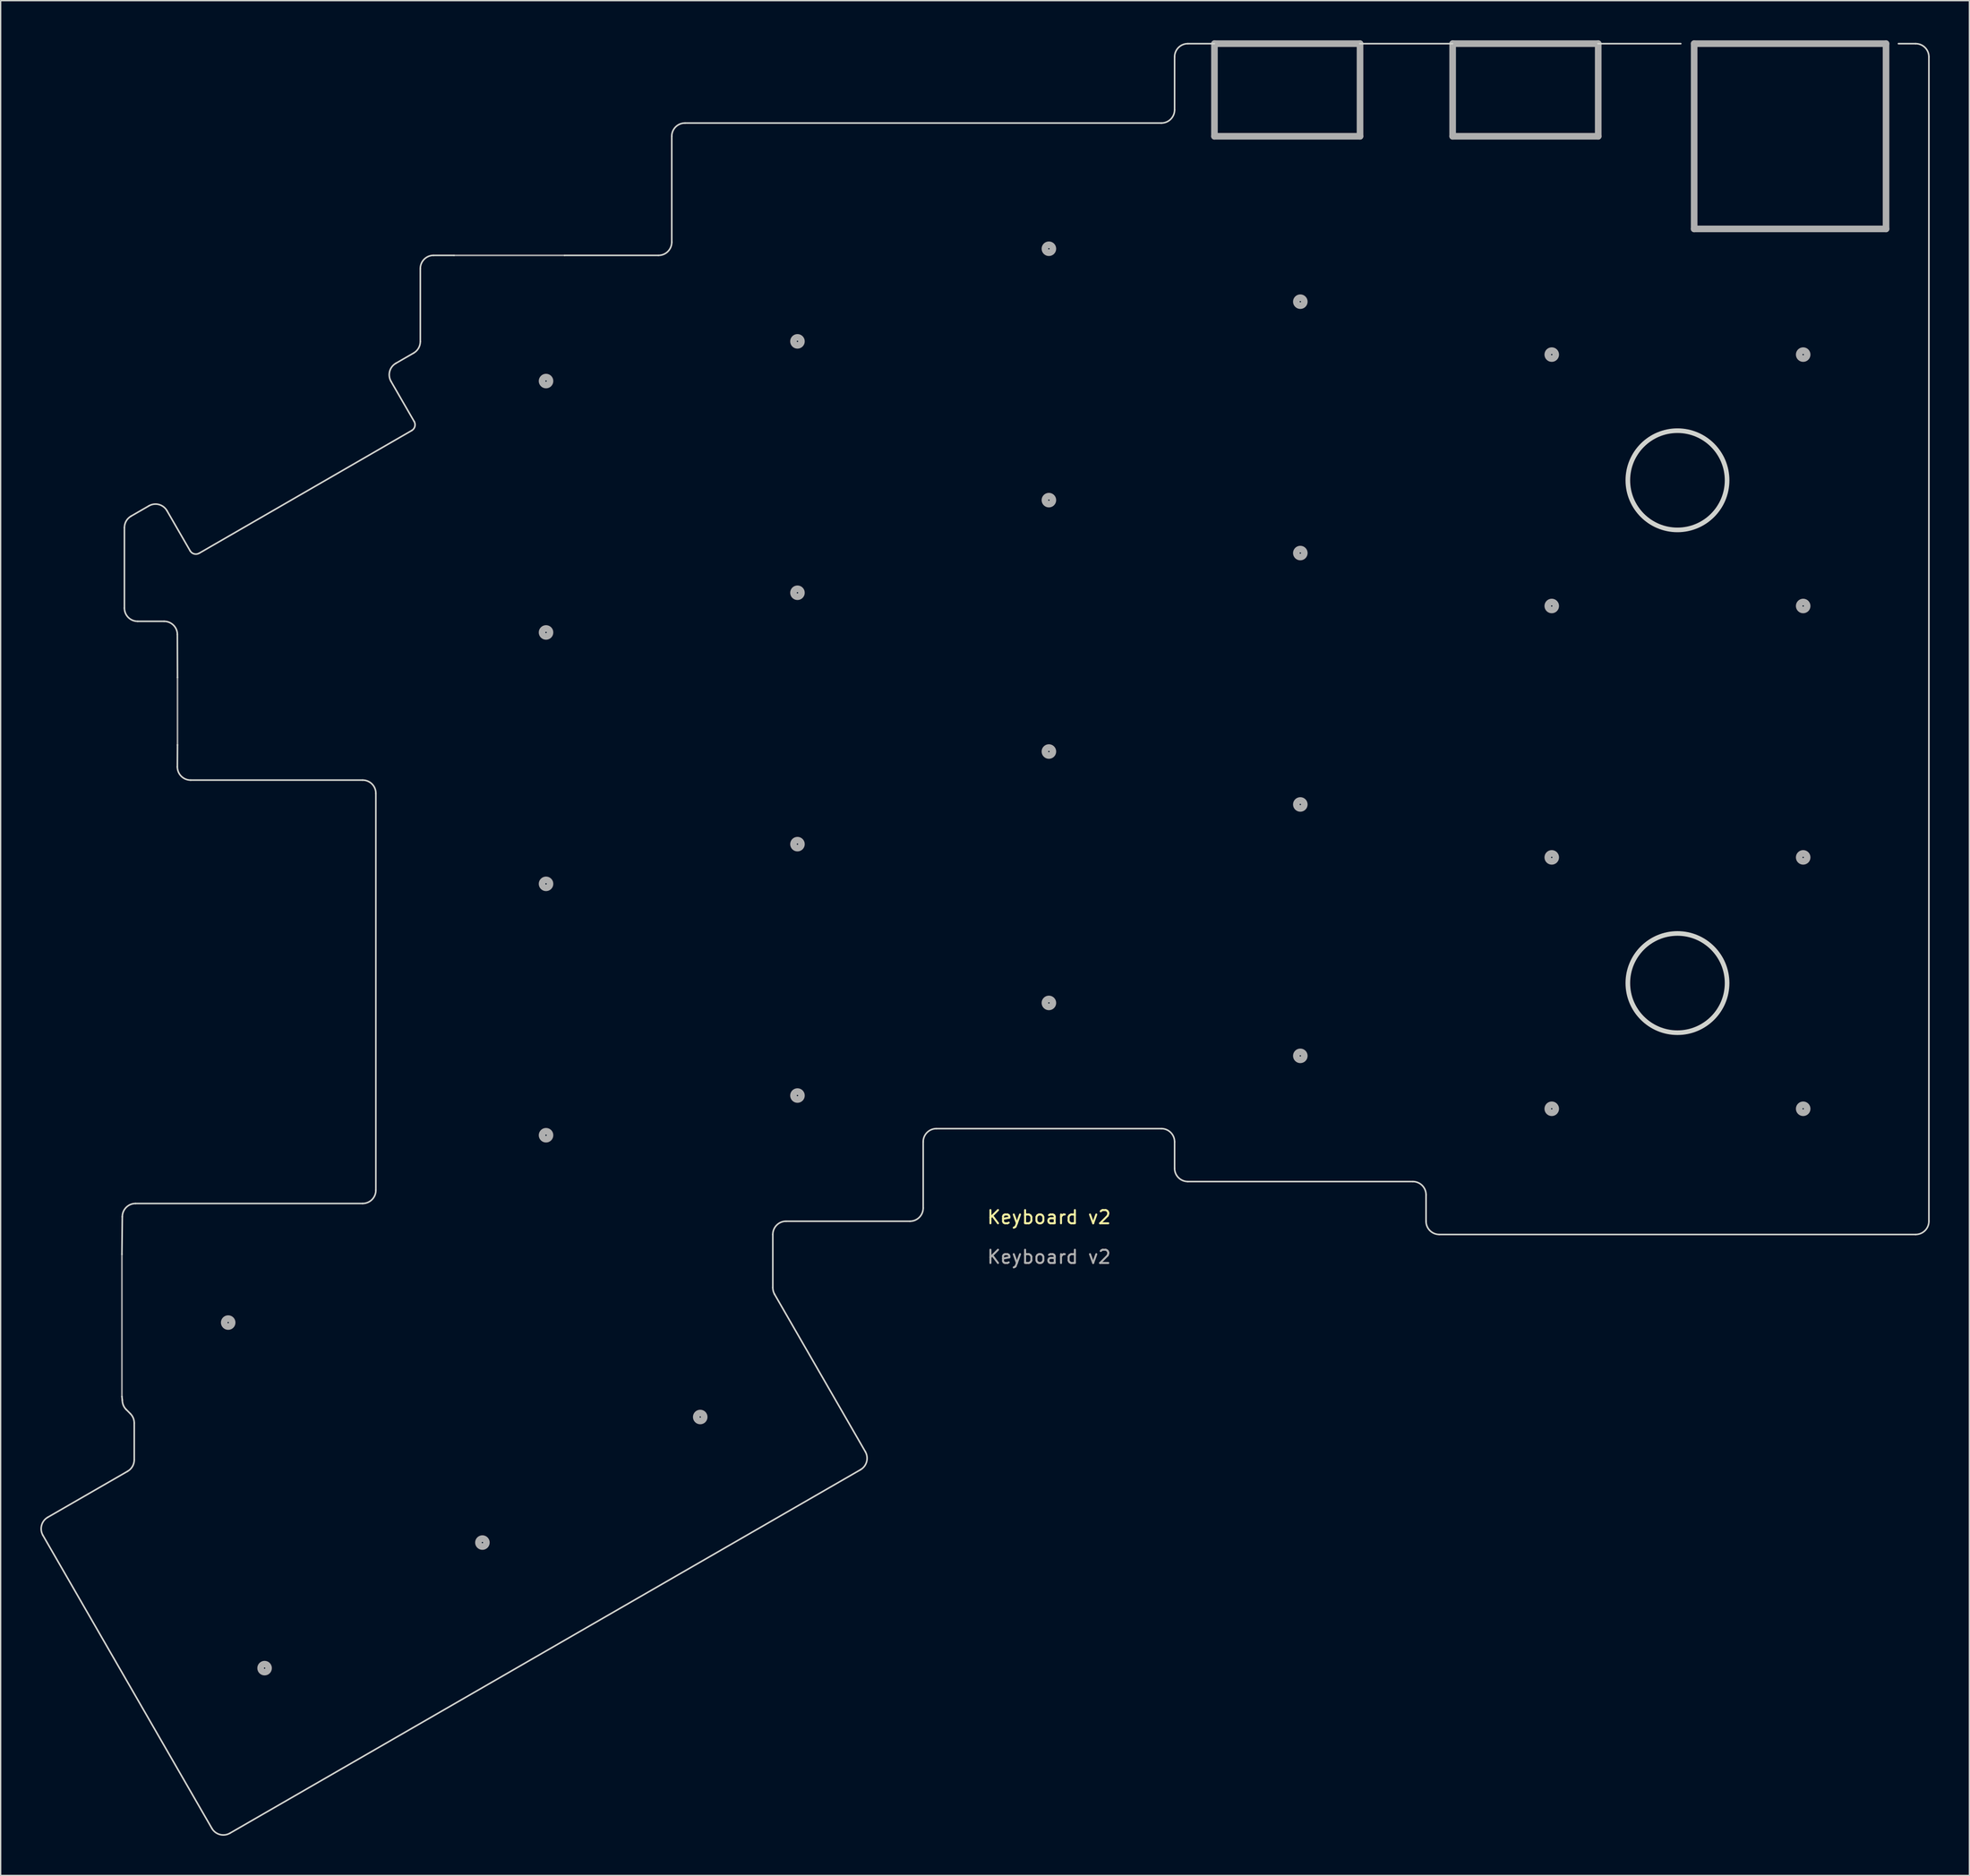
<source format=kicad_pcb>
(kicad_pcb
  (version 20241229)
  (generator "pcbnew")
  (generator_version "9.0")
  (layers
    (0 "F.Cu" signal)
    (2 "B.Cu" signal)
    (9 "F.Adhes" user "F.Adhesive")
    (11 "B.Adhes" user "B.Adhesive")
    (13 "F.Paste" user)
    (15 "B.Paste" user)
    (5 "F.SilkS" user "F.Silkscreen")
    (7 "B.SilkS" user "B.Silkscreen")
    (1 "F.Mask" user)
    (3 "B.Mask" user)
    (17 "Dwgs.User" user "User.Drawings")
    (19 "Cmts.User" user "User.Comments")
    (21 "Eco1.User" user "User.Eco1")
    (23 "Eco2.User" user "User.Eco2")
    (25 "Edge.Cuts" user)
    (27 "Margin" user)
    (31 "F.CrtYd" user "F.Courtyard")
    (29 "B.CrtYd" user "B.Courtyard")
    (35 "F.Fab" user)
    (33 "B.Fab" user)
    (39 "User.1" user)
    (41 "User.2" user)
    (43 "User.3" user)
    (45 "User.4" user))
  (footprint "Keyboard v2"
    (layer "F.Cu")
    (at 76.213 53.75)
    (property "Reference" "Keyboard v2" (at 0.011 35.2 0) (unlocked yes) (layer "F.SilkS") (effects (font (size 1 1) (thickness 0.15))))
    (fp_line (start -70.05 38) (end -70.019 35.159) (stroke (width 0.12) (type default)) (layer "Edge.Cuts"))
    (fp_line (start -70.019 49.024) (end -70.05 48.75) (stroke (width 0.12) (type default)) (layer "Edge.Cuts"))
    (fp_line (start -69.86 -10.841) (end -69.86 -16.923) (stroke (width 0.12) (type default)) (layer "Edge.Cuts"))
    (fp_line (start -69.62 54.397) (end -75.653 57.875) (stroke (width 0.12) (type default)) (layer "Edge.Cuts"))
    (fp_line (start -69.412 50.046) (end -69.726 49.731) (stroke (width 0.12) (type default)) (layer "Edge.Cuts"))
    (fp_line (start -69.36 -17.789) (end -68.011 -18.567) (stroke (width 0.12) (type default)) (layer "Edge.Cuts"))
    (fp_line (start -69.119 53.53) (end -69.119 50.753) (stroke (width 0.12) (type default)) (layer "Edge.Cuts"))
    (fp_line (start -69.019 34.159) (end -51.86 34.159) (stroke (width 0.12) (type default)) (layer "Edge.Cuts"))
    (fp_line (start -66.86 -9.841) (end -68.86 -9.841) (stroke (width 0.12) (type default)) (layer "Edge.Cuts"))
    (fp_line (start -66.642 -18.195) (end -64.893 -15.166) (stroke (width 0.12) (type default)) (layer "Edge.Cuts"))
    (fp_line (start -65.86 -8.848) (end -65.85 -5.6) (stroke (width 0.12) (type default)) (layer "Edge.Cuts"))
    (fp_line (start -65.85 -0.5) (end -65.86 1.159) (stroke (width 0.12) (type default)) (layer "Edge.Cuts"))
    (fp_line (start -64.212 -14.987) (end -48.144 -24.264) (stroke (width 0.12) (type default)) (layer "Edge.Cuts"))
    (fp_line (start -63.25 81.39) (end -76.019 59.241) (stroke (width 0.12) (type default)) (layer "Edge.Cuts"))
    (fp_line (start -51.86 2.159) (end -64.86 2.159) (stroke (width 0.12) (type default)) (layer "Edge.Cuts"))
    (fp_line (start -50.86 33.159) (end -50.86 3.166) (stroke (width 0.12) (type default)) (layer "Edge.Cuts"))
    (fp_line (start -49.349 -29.342) (end -47.996 -30.123) (stroke (width 0.12) (type default)) (layer "Edge.Cuts"))
    (fp_line (start -47.965 -24.945) (end -49.715 -27.976) (stroke (width 0.12) (type default)) (layer "Edge.Cuts"))
    (fp_line (start -47.5 -30.987) (end -47.5 -36.5) (stroke (width 0.12) (type default)) (layer "Edge.Cuts"))
    (fp_line (start -46.5 -37.5) (end -44.95 -37.5) (stroke (width 0.12) (type default)) (layer "Edge.Cuts"))
    (fp_line (start -29.511 -37.5) (end -36.6 -37.5) (stroke (width 0.12) (type default)) (layer "Edge.Cuts"))
    (fp_line (start -28.5 -38.5) (end -28.5 -46.5) (stroke (width 0.12) (type default)) (layer "Edge.Cuts"))
    (fp_line (start -27.5 -47.5) (end 8.5 -47.5) (stroke (width 0.12) (type default)) (layer "Edge.Cuts"))
    (fp_line (start -20.862 40.515) (end -20.862 36.5) (stroke (width 0.12) (type default)) (layer "Edge.Cuts"))
    (fp_line (start -20.729 41.022) (end -13.872 52.915) (stroke (width 0.12) (type default)) (layer "Edge.Cuts"))
    (fp_line (start -19.862 35.5) (end -10.5 35.5) (stroke (width 0.12) (type default)) (layer "Edge.Cuts"))
    (fp_line (start -14.239 54.281) (end -61.887 81.751) (stroke (width 0.12) (type default)) (layer "Edge.Cuts"))
    (fp_line (start -9.5 34.5) (end -9.5 29.5) (stroke (width 0.12) (type default)) (layer "Edge.Cuts"))
    (fp_line (start 8.5 28.5) (end -8.5 28.5) (stroke (width 0.12) (type default)) (layer "Edge.Cuts"))
    (fp_line (start 9.5 -48.5) (end 9.5 -52.5) (stroke (width 0.12) (type default)) (layer "Edge.Cuts"))
    (fp_line (start 9.5 31.5) (end 9.5 29.5) (stroke (width 0.12) (type default)) (layer "Edge.Cuts"))
    (fp_line (start 12.5 -53.5) (end 10.5 -53.5) (stroke (width 0.12) (type default)) (layer "Edge.Cuts"))
    (fp_line (start 27.5 32.5) (end 10.5 32.5) (stroke (width 0.12) (type default)) (layer "Edge.Cuts"))
    (fp_line (start 28.5 35.5) (end 28.5 33.5) (stroke (width 0.12) (type default)) (layer "Edge.Cuts"))
    (fp_line (start 30.5 -53.5) (end 23.5 -53.5) (stroke (width 0.12) (type default)) (layer "Edge.Cuts"))
    (fp_line (start 47.75 -53.5) (end 41.5 -53.5) (stroke (width 0.12) (type default)) (layer "Edge.Cuts"))
    (fp_line (start 65.5 -53.5) (end 64.2 -53.5) (stroke (width 0.12) (type default)) (layer "Edge.Cuts"))
    (fp_line (start 65.5 36.5) (end 29.5 36.5) (stroke (width 0.12) (type default)) (layer "Edge.Cuts"))
    (fp_line (start 66.5 -52.5) (end 66.5 35.5) (stroke (width 0.12) (type default)) (layer "Edge.Cuts"))
    (fp_arc (start -76.019472 59.240732) (mid -76.118906 58.481825) (end -75.652589 57.874887) (stroke (width 0.12) (type default)) (layer "Edge.Cuts"))
    (fp_arc (start -70.018965 35.158751) (mid -69.726049 34.451639) (end -69.018908 34.158794) (stroke (width 0.12) (type default)) (layer "Edge.Cuts"))
    (fp_arc (start -69.86 -16.922649) (mid -69.726026 -17.422645) (end -69.360006 -17.788671) (stroke (width 0.12) (type default)) (layer "Edge.Cuts"))
    (fp_arc (start -69.726059 49.731456) (mid -69.942836 49.407026) (end -70.018958 49.024334) (stroke (width 0.12) (type default)) (layer "Edge.Cuts"))
    (fp_arc (start -69.411909 50.045606) (mid -69.195122 50.370056) (end -69.118965 50.752763) (stroke (width 0.12) (type default)) (layer "Edge.Cuts"))
    (fp_arc (start -69.118965 53.530334) (mid -69.253102 54.030582) (end -69.619501 54.396633) (stroke (width 0.12) (type default)) (layer "Edge.Cuts"))
    (fp_arc (start -68.860008 -9.841281) (mid -69.567107 -10.13418) (end -69.86 -10.841281) (stroke (width 0.12) (type default)) (layer "Edge.Cuts"))
    (fp_arc (start -68.011413 -18.567282) (mid -67.249313 -18.6663) (end -66.642003 -18.195369) (stroke (width 0.12) (type default)) (layer "Edge.Cuts"))
    (fp_arc (start -66.860008 -9.841281) (mid -66.155281 -9.550772) (end -65.86 -8.848031) (stroke (width 0.12) (type default)) (layer "Edge.Cuts"))
    (fp_arc (start -64.860008 2.158719) (mid -65.567107 1.86582) (end -65.86 1.158719) (stroke (width 0.12) (type default)) (layer "Edge.Cuts"))
    (fp_arc (start -64.212408 -14.987136) (mid -64.589354 -14.936532) (end -64.89285 -15.165747) (stroke (width 0.12) (type default)) (layer "Edge.Cuts"))
    (fp_arc (start -61.887267 81.751446) (mid -62.643058 81.851688) (end -63.249827 81.390061) (stroke (width 0.12) (type default)) (layer "Edge.Cuts"))
    (fp_arc (start -51.860008 2.158719) (mid -51.150485 2.454023) (end -50.86 3.165533) (stroke (width 0.12) (type default)) (layer "Edge.Cuts"))
    (fp_arc (start -50.86 33.158751) (mid -51.152908 33.865834) (end -51.86 34.158719) (stroke (width 0.12) (type default)) (layer "Edge.Cuts"))
    (fp_arc (start -49.714609 -27.976263) (mid -49.814502 -28.735077) (end -49.348577 -29.342276) (stroke (width 0.12) (type default)) (layer "Edge.Cuts"))
    (fp_arc (start -47.964595 -24.945149) (mid -47.914147 -24.56761) (end -48.144262 -24.264085) (stroke (width 0.12) (type default)) (layer "Edge.Cuts"))
    (fp_arc (start -47.5 -36.500049) (mid -47.207092 -37.207126) (end -46.5 -37.5) (stroke (width 0.12) (type default)) (layer "Edge.Cuts"))
    (fp_arc (start -47.5 -30.986949) (mid -47.632706 -30.489098) (end -47.995645 -30.123391) (stroke (width 0.12) (type default)) (layer "Edge.Cuts"))
    (fp_arc (start -28.5 -46.500049) (mid -28.207092 -47.207126) (end -27.5 -47.5) (stroke (width 0.12) (type default)) (layer "Edge.Cuts"))
    (fp_arc (start -28.5 -38.500049) (mid -28.796772 -37.7891) (end -29.510878 -37.5) (stroke (width 0.12) (type default)) (layer "Edge.Cuts"))
    (fp_arc (start -20.862275 36.500034) (mid -20.569372 35.7929) (end -19.862237 35.5) (stroke (width 0.12) (type default)) (layer "Edge.Cuts"))
    (fp_arc (start -20.728614 41.02198) (mid -20.82923 40.777441) (end -20.862275 40.515085) (stroke (width 0.12) (type default)) (layer "Edge.Cuts"))
    (fp_arc (start -13.871962 52.915047) (mid -13.772527 53.673963) (end -14.23885 54.280908) (stroke (width 0.12) (type default)) (layer "Edge.Cuts"))
    (fp_arc (start -9.5 29.5) (mid -9.207107 28.792893) (end -8.5 28.5) (stroke (width 0.12) (type default)) (layer "Edge.Cuts"))
    (fp_arc (start -9.5 34.5) (mid -9.792893 35.207107) (end -10.5 35.5) (stroke (width 0.12) (type default)) (layer "Edge.Cuts"))
    (fp_arc (start 8.5 28.5) (mid 9.207107 28.792893) (end 9.5 29.5) (stroke (width 0.12) (type default)) (layer "Edge.Cuts"))
    (fp_arc (start 9.5 -52.5) (mid 9.792893 -53.207107) (end 10.5 -53.5) (stroke (width 0.12) (type default)) (layer "Edge.Cuts"))
    (fp_arc (start 9.5 -48.5) (mid 9.207107 -47.792893) (end 8.5 -47.5) (stroke (width 0.12) (type default)) (layer "Edge.Cuts"))
    (fp_arc (start 10.5 32.5) (mid 9.792893 32.207107) (end 9.5 31.5) (stroke (width 0.12) (type default)) (layer "Edge.Cuts"))
    (fp_arc (start 27.5 32.5) (mid 28.207107 32.792893) (end 28.5 33.5) (stroke (width 0.12) (type default)) (layer "Edge.Cuts"))
    (fp_arc (start 29.5 36.5) (mid 28.792893 36.207107) (end 28.5 35.5) (stroke (width 0.12) (type default)) (layer "Edge.Cuts"))
    (fp_arc (start 65.5 -53.5) (mid 66.207107 -53.207107) (end 66.5 -52.5) (stroke (width 0.12) (type default)) (layer "Edge.Cuts"))
    (fp_arc (start 66.5 35.5) (mid 66.207107 36.207107) (end 65.5 36.5) (stroke (width 0.12) (type default)) (layer "Edge.Cuts"))
    (fp_circle (center 47.5 -20.5) (end 51.25 -20.5) (stroke (width 0.35) (type default)) (fill no) (layer "Edge.Cuts"))
    (fp_circle (center 47.5 17.5) (end 51.25 17.5) (stroke (width 0.35) (type default)) (fill no) (layer "Edge.Cuts"))
    (fp_line (start -70.05 48.75) (end -70.05 38) (stroke (width 0.12) (type default)) (layer "F.Fab"))
    (fp_line (start -65.85 -5.6) (end -65.85 -0.5) (stroke (width 0.12) (type default)) (layer "F.Fab"))
    (fp_line (start -44.95 -37.5) (end -36.6 -37.5) (stroke (width 0.12) (type default)) (layer "F.Fab"))
    (fp_line (start 12.511 -53.5) (end 12.511 -46.5) (stroke (width 0.5) (type default)) (layer "F.Fab"))
    (fp_line (start 12.511 -46.5) (end 23.511 -46.5) (stroke (width 0.5) (type default)) (layer "F.Fab"))
    (fp_line (start 23.511 -53.5) (end 12.511 -53.5) (stroke (width 0.5) (type default)) (layer "F.Fab"))
    (fp_line (start 23.511 -46.5) (end 23.511 -53.5) (stroke (width 0.5) (type default)) (layer "F.Fab"))
    (fp_line (start 30.511 -53.5) (end 30.511 -46.5) (stroke (width 0.5) (type default)) (layer "F.Fab"))
    (fp_line (start 30.511 -46.5) (end 41.511 -46.5) (stroke (width 0.5) (type default)) (layer "F.Fab"))
    (fp_line (start 41.511 -53.5) (end 30.511 -53.5) (stroke (width 0.5) (type default)) (layer "F.Fab"))
    (fp_line (start 41.511 -46.5) (end 41.511 -53.5) (stroke (width 0.5) (type default)) (layer "F.Fab"))
    (fp_line (start 48.761 -53.5) (end 48.761 -39.5) (stroke (width 0.5) (type default)) (layer "F.Fab"))
    (fp_line (start 48.761 -39.5) (end 63.261 -39.5) (stroke (width 0.5) (type default)) (layer "F.Fab"))
    (fp_line (start 63.261 -53.5) (end 48.761 -53.5) (stroke (width 0.5) (type default)) (layer "F.Fab"))
    (fp_line (start 63.261 -39.5) (end 63.261 -53.5) (stroke (width 0.5) (type default)) (layer "F.Fab"))
    (fp_circle (center -62.019 43.159) (end -61.969 43.159) (stroke (width 0.5) (type default)) (fill no) (layer "F.Fab"))
    (fp_circle (center -59.268 69.276) (end -59.218 69.276) (stroke (width 0.5) (type default)) (fill no) (layer "F.Fab"))
    (fp_circle (center -42.808 59.786) (end -42.758 59.786) (stroke (width 0.5) (type default)) (fill no) (layer "F.Fab"))
    (fp_circle (center -38 -28) (end -37.95 -28) (stroke (width 0.5) (type default)) (fill no) (layer "F.Fab"))
    (fp_circle (center -38 -9) (end -37.95 -9) (stroke (width 0.5) (type default)) (fill no) (layer "F.Fab"))
    (fp_circle (center -38 10) (end -37.95 10) (stroke (width 0.5) (type default)) (fill no) (layer "F.Fab"))
    (fp_circle (center -38 29) (end -37.95 29) (stroke (width 0.5) (type default)) (fill no) (layer "F.Fab"))
    (fp_circle (center -26.348 50.296) (end -26.298 50.296) (stroke (width 0.5) (type default)) (fill no) (layer "F.Fab"))
    (fp_circle (center -19 -31) (end -18.95 -31) (stroke (width 0.5) (type default)) (fill no) (layer "F.Fab"))
    (fp_circle (center -19 -12) (end -18.95 -12) (stroke (width 0.5) (type default)) (fill no) (layer "F.Fab"))
    (fp_circle (center -19 7) (end -18.95 7) (stroke (width 0.5) (type default)) (fill no) (layer "F.Fab"))
    (fp_circle (center -19 26) (end -18.95 26) (stroke (width 0.5) (type default)) (fill no) (layer "F.Fab"))
    (fp_circle (center 0 -38) (end 0.05 -38) (stroke (width 0.5) (type default)) (fill no) (layer "F.Fab"))
    (fp_circle (center 0 -19) (end 0.05 -19) (stroke (width 0.5) (type default)) (fill no) (layer "F.Fab"))
    (fp_circle (center 0 0) (end 0.05 0) (stroke (width 0.5) (type default)) (fill no) (layer "F.Fab"))
    (fp_circle (center 0 19) (end 0.05 19) (stroke (width 0.5) (type default)) (fill no) (layer "F.Fab"))
    (fp_circle (center 19 -34) (end 19.05 -34) (stroke (width 0.5) (type default)) (fill no) (layer "F.Fab"))
    (fp_circle (center 19 -15) (end 19.05 -15) (stroke (width 0.5) (type default)) (fill no) (layer "F.Fab"))
    (fp_circle (center 19 4) (end 19.05 4) (stroke (width 0.5) (type default)) (fill no) (layer "F.Fab"))
    (fp_circle (center 19 23) (end 19.05 23) (stroke (width 0.5) (type default)) (fill no) (layer "F.Fab"))
    (fp_circle (center 38 -30) (end 38.05 -30) (stroke (width 0.5) (type default)) (fill no) (layer "F.Fab"))
    (fp_circle (center 38 -11) (end 38.05 -11) (stroke (width 0.5) (type default)) (fill no) (layer "F.Fab"))
    (fp_circle (center 38 8) (end 38.05 8) (stroke (width 0.5) (type default)) (fill no) (layer "F.Fab"))
    (fp_circle (center 38 27) (end 38.05 27) (stroke (width 0.5) (type default)) (fill no) (layer "F.Fab"))
    (fp_circle (center 57 -30) (end 57.05 -30) (stroke (width 0.5) (type default)) (fill no) (layer "F.Fab"))
    (fp_circle (center 57 -11) (end 57.05 -11) (stroke (width 0.5) (type default)) (fill no) (layer "F.Fab"))
    (fp_circle (center 57 8) (end 57.05 8) (stroke (width 0.5) (type default)) (fill no) (layer "F.Fab"))
    (fp_circle (center 57 27) (end 57.05 27) (stroke (width 0.5) (type default)) (fill no) (layer "F.Fab"))
    (fp_text user "${REFERENCE}" (at 0.011 38.2 0) (unlocked yes) (layer "F.Fab") (effects (font (size 1 1) (thickness 0.15)))))
  (gr_rect
    (start -3 -3)
    (end 145.773 138.695)
    (stroke (width 0.1) (type default))
    (fill no)
    (layer "Edge.Cuts")))
</source>
